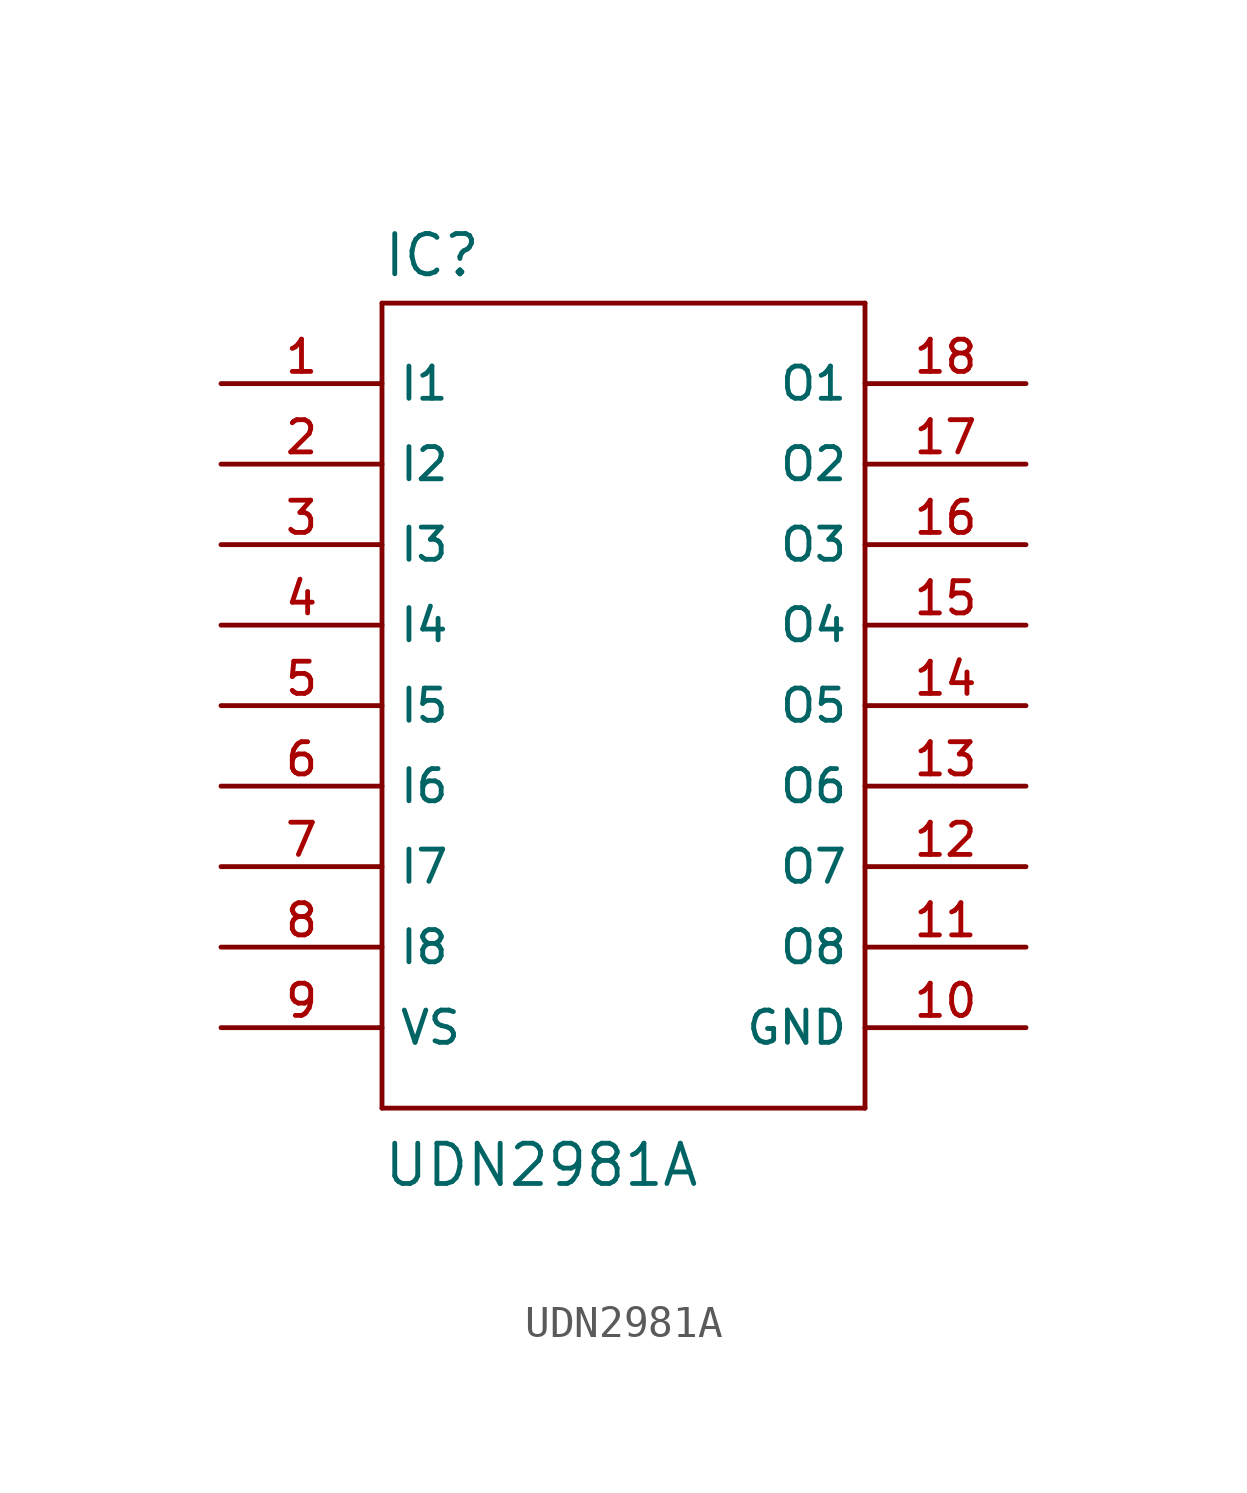
<source format=kicad_sym>
(kicad_symbol_lib
  (version 20201005)
  (generator kicad_symbol_editor)
  (symbol "Zimprich_neu:UDN2981A"
    (property "Reference" "IC"
      (at -7.62 13.462 0)
      (effects (font (size 1.27 1.27)) (justify left bottom)))
    (property "Value" "UDN2981A"
      (at -7.62 -15.24 0)
      (effects (font (size 1.27 1.27)) (justify left bottom)))
    (property "Datasheet" ""
      (at 0 0 0)
      (effects (font (size 1.524 1.524))))
    (property "ki_locked" ""
      (at 0 0 0)
      (effects (font (size 1.27 1.27))))
    (symbol "UDN2981A_1_0"
      (polyline (pts (xy -7.62 12.7) (xy -7.62 -12.7)) (stroke (width 0)) (fill (type none)))
      (polyline (pts (xy -7.62 12.7) (xy 7.62 12.7)) (stroke (width 0)) (fill (type none)))
      (polyline (pts (xy 7.62 -12.7) (xy -7.62 -12.7)) (stroke (width 0)) (fill (type none)))
      (polyline (pts (xy 7.62 -12.7) (xy 7.62 12.7)) (stroke (width 0)) (fill (type none))))
    (symbol "UDN2981A_1_1"
      (pin input line (at -12.7 10.16 0) (length 5.08) (name "I1" (effects (font (size 1.016 1.016)))) (number "1" (effects (font (size 1.016 1.016)))))
      (pin power_in line (at 12.7 -10.16 180) (length 5.08) (name "GND" (effects (font (size 1.016 1.016)))) (number "10" (effects (font (size 1.016 1.016)))))
      (pin open_collector line (at 12.7 -7.62 180) (length 5.08) (name "O8" (effects (font (size 1.016 1.016)))) (number "11" (effects (font (size 1.016 1.016)))))
      (pin open_collector line (at 12.7 -5.08 180) (length 5.08) (name "O7" (effects (font (size 1.016 1.016)))) (number "12" (effects (font (size 1.016 1.016)))))
      (pin open_collector line (at 12.7 -2.54 180) (length 5.08) (name "O6" (effects (font (size 1.016 1.016)))) (number "13" (effects (font (size 1.016 1.016)))))
      (pin open_collector line (at 12.7 0 180) (length 5.08) (name "O5" (effects (font (size 1.016 1.016)))) (number "14" (effects (font (size 1.016 1.016)))))
      (pin open_collector line (at 12.7 2.54 180) (length 5.08) (name "O4" (effects (font (size 1.016 1.016)))) (number "15" (effects (font (size 1.016 1.016)))))
      (pin open_collector line (at 12.7 5.08 180) (length 5.08) (name "O3" (effects (font (size 1.016 1.016)))) (number "16" (effects (font (size 1.016 1.016)))))
      (pin open_collector line (at 12.7 7.62 180) (length 5.08) (name "O2" (effects (font (size 1.016 1.016)))) (number "17" (effects (font (size 1.016 1.016)))))
      (pin open_collector line (at 12.7 10.16 180) (length 5.08) (name "O1" (effects (font (size 1.016 1.016)))) (number "18" (effects (font (size 1.016 1.016)))))
      (pin input line (at -12.7 7.62 0) (length 5.08) (name "I2" (effects (font (size 1.016 1.016)))) (number "2" (effects (font (size 1.016 1.016)))))
      (pin input line (at -12.7 5.08 0) (length 5.08) (name "I3" (effects (font (size 1.016 1.016)))) (number "3" (effects (font (size 1.016 1.016)))))
      (pin input line (at -12.7 2.54 0) (length 5.08) (name "I4" (effects (font (size 1.016 1.016)))) (number "4" (effects (font (size 1.016 1.016)))))
      (pin input line (at -12.7 0 0) (length 5.08) (name "I5" (effects (font (size 1.016 1.016)))) (number "5" (effects (font (size 1.016 1.016)))))
      (pin input line (at -12.7 -2.54 0) (length 5.08) (name "I6" (effects (font (size 1.016 1.016)))) (number "6" (effects (font (size 1.016 1.016)))))
      (pin input line (at -12.7 -5.08 0) (length 5.08) (name "I7" (effects (font (size 1.016 1.016)))) (number "7" (effects (font (size 1.016 1.016)))))
      (pin input line (at -12.7 -7.62 0) (length 5.08) (name "I8" (effects (font (size 1.016 1.016)))) (number "8" (effects (font (size 1.016 1.016)))))
      (pin passive line (at -12.7 -10.16 0) (length 5.08) (name "VS" (effects (font (size 1.016 1.016)))) (number "9" (effects (font (size 1.016 1.016))))))))
</source>
